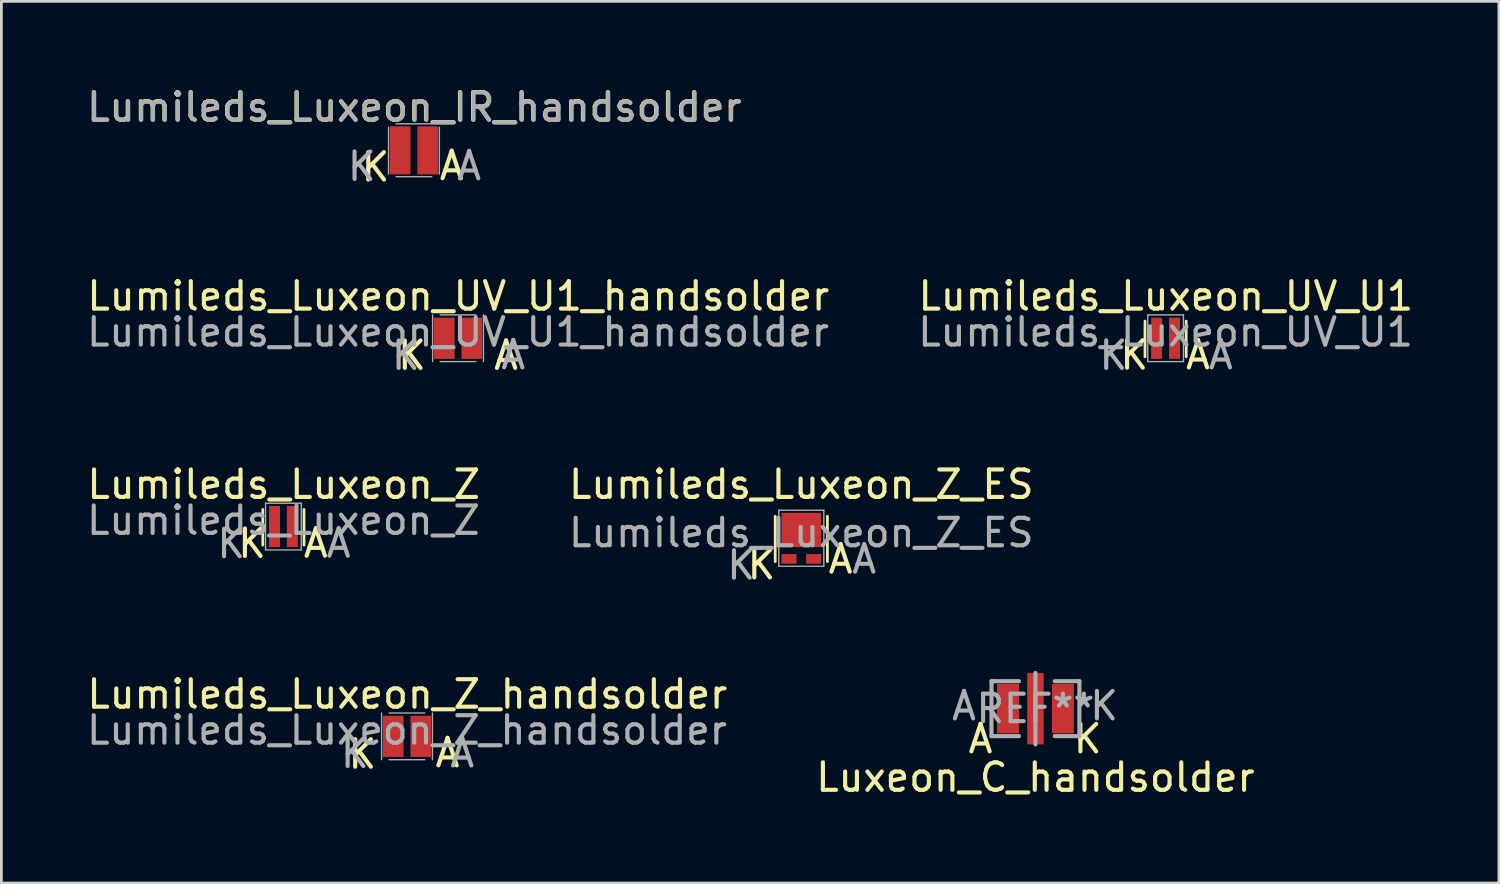
<source format=kicad_pcb>
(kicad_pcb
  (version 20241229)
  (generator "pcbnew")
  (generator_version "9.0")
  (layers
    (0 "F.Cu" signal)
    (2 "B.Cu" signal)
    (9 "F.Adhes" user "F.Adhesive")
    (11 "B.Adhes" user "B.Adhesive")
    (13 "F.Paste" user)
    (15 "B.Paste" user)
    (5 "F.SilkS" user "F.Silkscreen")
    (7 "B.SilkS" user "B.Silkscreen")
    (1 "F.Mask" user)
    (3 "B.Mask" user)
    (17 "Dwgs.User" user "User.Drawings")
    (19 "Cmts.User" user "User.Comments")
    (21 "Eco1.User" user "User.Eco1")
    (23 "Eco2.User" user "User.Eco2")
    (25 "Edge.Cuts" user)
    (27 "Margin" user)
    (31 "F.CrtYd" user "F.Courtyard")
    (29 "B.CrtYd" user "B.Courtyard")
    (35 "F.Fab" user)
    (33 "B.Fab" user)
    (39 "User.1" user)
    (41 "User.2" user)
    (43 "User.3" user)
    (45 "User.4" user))
  (footprint "Lumileds_Luxeon_Z"
    (layer "F.Cu")
    (at 7.268 15.896)
    (property "Reference" "Lumileds_Luxeon_Z" (at 0.01 -1.31 0) (layer "F.SilkS") (effects (font (size 1 1) (thickness 0.15))))
    (attr through_hole)
    (fp_line (start -0.75 0.9) (end -0.75 -0.4) (stroke (width 0.1) (type solid)) (layer "F.SilkS"))
    (fp_line (start 0.75 0.9) (end 0.75 -0.4) (stroke (width 0.1) (type solid)) (layer "F.SilkS"))
    (fp_line (start -0.65 -0.625) (end 0.65 -0.625) (stroke (width 0.05) (type solid)) (layer "F.Fab"))
    (fp_line (start -0.65 1.075) (end -0.65 -0.625) (stroke (width 0.05) (type solid)) (layer "F.Fab"))
    (fp_line (start 0.65 -0.625) (end 0.65 1.075) (stroke (width 0.05) (type solid)) (layer "F.Fab"))
    (fp_line (start 0.65 1.075) (end -0.65 1.075) (stroke (width 0.05) (type solid)) (layer "F.Fab"))
    (fp_text user "A" (at 1.18 0.83 0) (layer "F.SilkS") (effects (font (size 1 1) (thickness 0.15))))
    (fp_text user "K" (at -1.14 0.84 0) (layer "F.SilkS") (effects (font (size 1 1) (thickness 0.15))))
    (fp_text user "${REFERENCE}" (at 0 0 0) (layer "F.Fab") (effects (font (size 1 1) (thickness 0.15))))
    (fp_text user "K" (at -1.9 0.85 0) (layer "F.Fab") (effects (font (size 1 1) (thickness 0.15))))
    (fp_text user "A" (at 2.01 0.83 0) (layer "F.Fab") (effects (font (size 1 1) (thickness 0.15))))
    (pad "1" smd rect (at -0.325 0.225) (size 0.4 1.5) (layers "F.Cu" "F.Mask" "F.Paste"))
    (pad "2" smd rect (at 0.325 0.225) (size 0.4 1.5) (layers "F.Cu" "F.Mask" "F.Paste")))
  (footprint "Luxeon_C_handsolder"
    (layer "F.Cu")
    (at 34.647 22.75)
    (property "Reference" "Luxeon_C_handsolder" (at 0 2.5 0) (layer "F.SilkS") (effects (font (size 1 1) (thickness 0.15))))
    (attr through_hole)
    (fp_line (start -1.6 -1) (end -1.6 1) (stroke (width 0.15) (type solid)) (layer "F.Fab"))
    (fp_line (start -1.6 1) (end -0.6 1) (stroke (width 0.15) (type solid)) (layer "F.Fab"))
    (fp_line (start -1.5 -1) (end -1.6 -1) (stroke (width 0.15) (type solid)) (layer "F.Fab"))
    (fp_line (start -0.6 -1) (end -1.5 -1) (stroke (width 0.15) (type solid)) (layer "F.Fab"))
    (fp_line (start 0 -1.3) (end 0 1.3) (stroke (width 0.15) (type solid)) (layer "F.Fab"))
    (fp_line (start 0.7 -1) (end 1.6 -1) (stroke (width 0.15) (type solid)) (layer "F.Fab"))
    (fp_line (start 1.6 -1) (end 1.6 1) (stroke (width 0.15) (type solid)) (layer "F.Fab"))
    (fp_line (start 1.6 1) (end 0.7 1) (stroke (width 0.15) (type solid)) (layer "F.Fab"))
    (fp_text user "K" (at 1.9 1.1 0) (layer "F.SilkS") (effects (font (size 1 1) (thickness 0.15))))
    (fp_text user "A" (at -2 1.1 0) (layer "F.SilkS") (effects (font (size 1 1) (thickness 0.15))))
    (fp_text user "A" (at -2.6 -0.1 0) (layer "F.Fab") (effects (font (size 1 1) (thickness 0.15))))
    (fp_text user "REF**" (at 0 0 0) (layer "F.Fab") (effects (font (size 1 1) (thickness 0.15))))
    (fp_text user "K" (at 2.5 -0.1 0) (layer "F.Fab") (effects (font (size 1 1) (thickness 0.15))))
    (pad "0" smd rect (at 0 0) (size 0.6 2.6) (layers "F.Cu" "F.Mask" "F.Paste"))
    (pad "1" smd rect (at 1 0) (size 0.8 1.8) (layers "F.Cu" "F.Mask" "F.Paste"))
    (pad "2" smd rect (at -1 0) (size 0.8 1.8) (layers "F.Cu" "F.Mask" "F.Paste")))
  (footprint "Lumileds_Luxeon_UV_U1"
    (layer "F.Cu")
    (at 39.385 9.04)
    (property "Reference" "Lumileds_Luxeon_UV_U1" (at 0.01 -1.31 0) (layer "F.SilkS") (effects (font (size 1 1) (thickness 0.15))))
    (attr through_hole)
    (fp_line (start -0.75 0.9) (end -0.75 -0.4) (stroke (width 0.1) (type solid)) (layer "F.SilkS"))
    (fp_line (start 0.75 0.9) (end 0.75 -0.4) (stroke (width 0.1) (type solid)) (layer "F.SilkS"))
    (fp_line (start -0.65 -0.625) (end 0.65 -0.625) (stroke (width 0.05) (type solid)) (layer "F.Fab"))
    (fp_line (start -0.65 1.075) (end -0.65 -0.625) (stroke (width 0.05) (type solid)) (layer "F.Fab"))
    (fp_line (start 0.65 -0.625) (end 0.65 1.075) (stroke (width 0.05) (type solid)) (layer "F.Fab"))
    (fp_line (start 0.65 1.075) (end -0.65 1.075) (stroke (width 0.05) (type solid)) (layer "F.Fab"))
    (fp_text user "K" (at -1.14 0.84 0) (layer "F.SilkS") (effects (font (size 1 1) (thickness 0.15))))
    (fp_text user "A" (at 1.18 0.83 0) (layer "F.SilkS") (effects (font (size 1 1) (thickness 0.15))))
    (fp_text user "K" (at -1.9 0.85 0) (layer "F.Fab") (effects (font (size 1 1) (thickness 0.15))))
    (fp_text user "${REFERENCE}" (at 0 0 0) (layer "F.Fab") (effects (font (size 1 1) (thickness 0.15))))
    (fp_text user "A" (at 2.01 0.83 0) (layer "F.Fab") (effects (font (size 1 1) (thickness 0.15))))
    (pad "1" smd rect (at -0.325 0.225) (size 0.4 1.5) (layers "F.Cu" "F.Mask" "F.Paste"))
    (pad "2" smd rect (at 0.325 0.225) (size 0.4 1.5) (layers "F.Cu" "F.Mask" "F.Paste")))
  (footprint "Lumileds_Luxeon_IR_handsolder"
    (layer "F.Cu")
    (at 12.02 2.158)
    (property "Reference" "Lumileds_Luxeon_IR_handsolder" (at 0.01 -1.31 0) (layer "F.SilkS") (effects (font (size 1 1) (thickness 0.15))))
    (attr through_hole)
    (fp_line (start -0.925 1.125) (end -0.925 -0.575) (stroke (width 0.05) (type solid)) (layer "F.Fab"))
    (fp_line (start -0.65 -0.7) (end 0.65 -0.7) (stroke (width 0.05) (type solid)) (layer "F.Fab"))
    (fp_line (start 0.65 1.225) (end -0.65 1.225) (stroke (width 0.05) (type solid)) (layer "F.Fab"))
    (fp_line (start 0.925 -0.575) (end 0.925 1.125) (stroke (width 0.05) (type solid)) (layer "F.Fab"))
    (fp_text user "A" (at 1.375 0.825 0) (layer "F.SilkS") (effects (font (size 1 1) (thickness 0.15))))
    (fp_text user "K" (at -1.4 0.875 0) (layer "F.SilkS") (effects (font (size 1 1) (thickness 0.15))))
    (fp_text user "A" (at 2.01 0.83 0) (layer "F.Fab") (effects (font (size 1 1) (thickness 0.15))))
    (fp_text user "K" (at -1.9 0.85 0) (layer "F.Fab") (effects (font (size 1 1) (thickness 0.15))))
    (fp_text user "${REFERENCE}" (at 0.025 -1.3 0) (layer "F.Fab") (effects (font (size 1 1) (thickness 0.15))))
    (pad "1" smd rect (at -0.5 0.265) (size 0.75 1.75) (layers "F.Cu" "F.Mask" "F.Paste"))
    (pad "2" smd rect (at 0.5 0.265) (size 0.75 1.75) (layers "F.Cu" "F.Mask" "F.Paste")))
  (footprint "Lumileds_Luxeon_Z_ES"
    (layer "F.Cu")
    (at 26.123 16.346)
    (property "Reference" "Lumileds_Luxeon_Z_ES" (at 0 -1.76 0) (layer "F.SilkS") (effects (font (size 1 1) (thickness 0.15))))
    (attr through_hole)
    (fp_line (start -0.95 1.05) (end -0.95 -0.6) (stroke (width 0.1) (type solid)) (layer "F.SilkS"))
    (fp_line (start 0.95 1.05) (end 0.95 -0.6) (stroke (width 0.1) (type solid)) (layer "F.SilkS"))
    (fp_line (start -0.82 -0.82) (end 0.82 -0.82) (stroke (width 0.05) (type solid)) (layer "F.Fab"))
    (fp_line (start -0.82 1.22) (end -0.82 -0.82) (stroke (width 0.05) (type solid)) (layer "F.Fab"))
    (fp_line (start 0.82 -0.82) (end 0.82 1.22) (stroke (width 0.05) (type solid)) (layer "F.Fab"))
    (fp_line (start 0.82 1.22) (end -0.82 1.22) (stroke (width 0.05) (type solid)) (layer "F.Fab"))
    (fp_text user "K" (at -1.45 1.17 0) (layer "F.SilkS") (effects (font (size 1 1) (thickness 0.15))))
    (fp_text user "A" (at 1.43 0.96 0) (layer "F.SilkS") (effects (font (size 1 1) (thickness 0.15))))
    (fp_text user "${REFERENCE}" (at 0 0 0) (layer "F.Fab") (effects (font (size 1 1) (thickness 0.15))))
    (fp_text user "K" (at -2.19 1.18 0) (layer "F.Fab") (effects (font (size 1 1) (thickness 0.15))))
    (fp_text user "A" (at 2.29 0.96 0) (layer "F.Fab") (effects (font (size 1 1) (thickness 0.15))))
    (pad "0" smd rect (at 0 -0.1) (size 1.45 1.25) (layers "F.Cu" "F.Mask" "F.Paste"))
    (pad "1" smd rect (at -0.45 0.95) (size 0.55 0.35) (layers "F.Cu" "F.Mask" "F.Paste"))
    (pad "2" smd rect (at 0.45 0.95) (size 0.55 0.35) (layers "F.Cu" "F.Mask" "F.Paste")))
  (footprint "Lumileds_Luxeon_UV_U1_handsolder"
    (layer "F.Cu")
    (at 13.625 9.04)
    (property "Reference" "Lumileds_Luxeon_UV_U1_handsolder" (at 0.01 -1.31 0) (layer "F.SilkS") (effects (font (size 1 1) (thickness 0.15))))
    (attr through_hole)
    (fp_line (start -0.925 1.075) (end -0.925 -0.625) (stroke (width 0.05) (type solid)) (layer "F.Fab"))
    (fp_line (start -0.65 -0.625) (end 0.65 -0.625) (stroke (width 0.05) (type solid)) (layer "F.Fab"))
    (fp_line (start 0.65 1.075) (end -0.65 1.075) (stroke (width 0.05) (type solid)) (layer "F.Fab"))
    (fp_line (start 0.925 -0.625) (end 0.925 1.075) (stroke (width 0.05) (type solid)) (layer "F.Fab"))
    (fp_text user "A" (at 1.75 0.85 0) (layer "F.SilkS") (effects (font (size 1 1) (thickness 0.15))))
    (fp_text user "K" (at -1.675 0.85 0) (layer "F.SilkS") (effects (font (size 1 1) (thickness 0.15))))
    (fp_text user "${REFERENCE}" (at 0 0 0) (layer "F.Fab") (effects (font (size 1 1) (thickness 0.15))))
    (fp_text user "K" (at -1.9 0.85 0) (layer "F.Fab") (effects (font (size 1 1) (thickness 0.15))))
    (fp_text user "A" (at 2.01 0.83 0) (layer "F.Fab") (effects (font (size 1 1) (thickness 0.15))))
    (pad "1" smd rect (at -0.5 0.225) (size 0.75 1.5) (layers "F.Cu" "F.Mask" "F.Paste"))
    (pad "2" smd rect (at 0.5 0.225) (size 0.75 1.5) (layers "F.Cu" "F.Mask" "F.Paste")))
  (footprint "Lumileds_Luxeon_Z_handsolder"
    (layer "F.Cu")
    (at 11.768 23.533)
    (property "Reference" "Lumileds_Luxeon_Z_handsolder" (at 0.01 -1.31 0) (layer "F.SilkS") (effects (font (size 1 1) (thickness 0.15))))
    (attr through_hole)
    (fp_line (start -0.925 1.075) (end -0.925 -0.625) (stroke (width 0.05) (type solid)) (layer "F.Fab"))
    (fp_line (start -0.65 -0.625) (end 0.65 -0.625) (stroke (width 0.05) (type solid)) (layer "F.Fab"))
    (fp_line (start 0.65 1.075) (end -0.65 1.075) (stroke (width 0.05) (type solid)) (layer "F.Fab"))
    (fp_line (start 0.925 -0.625) (end 0.925 1.075) (stroke (width 0.05) (type solid)) (layer "F.Fab"))
    (fp_text user "K" (at -1.625 0.875 0) (layer "F.SilkS") (effects (font (size 1 1) (thickness 0.15))))
    (fp_text user "A" (at 1.475 0.825 0) (layer "F.SilkS") (effects (font (size 1 1) (thickness 0.15))))
    (fp_text user "A" (at 2.01 0.83 0) (layer "F.Fab") (effects (font (size 1 1) (thickness 0.15))))
    (fp_text user "K" (at -1.9 0.85 0) (layer "F.Fab") (effects (font (size 1 1) (thickness 0.15))))
    (fp_text user "${REFERENCE}" (at 0 0 0) (layer "F.Fab") (effects (font (size 1 1) (thickness 0.15))))
    (pad "1" smd rect (at -0.5 0.225) (size 0.75 1.5) (layers "F.Cu" "F.Mask" "F.Paste"))
    (pad "2" smd rect (at 0.5 0.225) (size 0.75 1.5) (layers "F.Cu" "F.Mask" "F.Paste")))
  (gr_rect
    (start -3 -3)
    (end 51.52 29.098)
    (stroke (width 0.1) (type default))
    (fill no)
    (layer "Edge.Cuts")))
</source>
